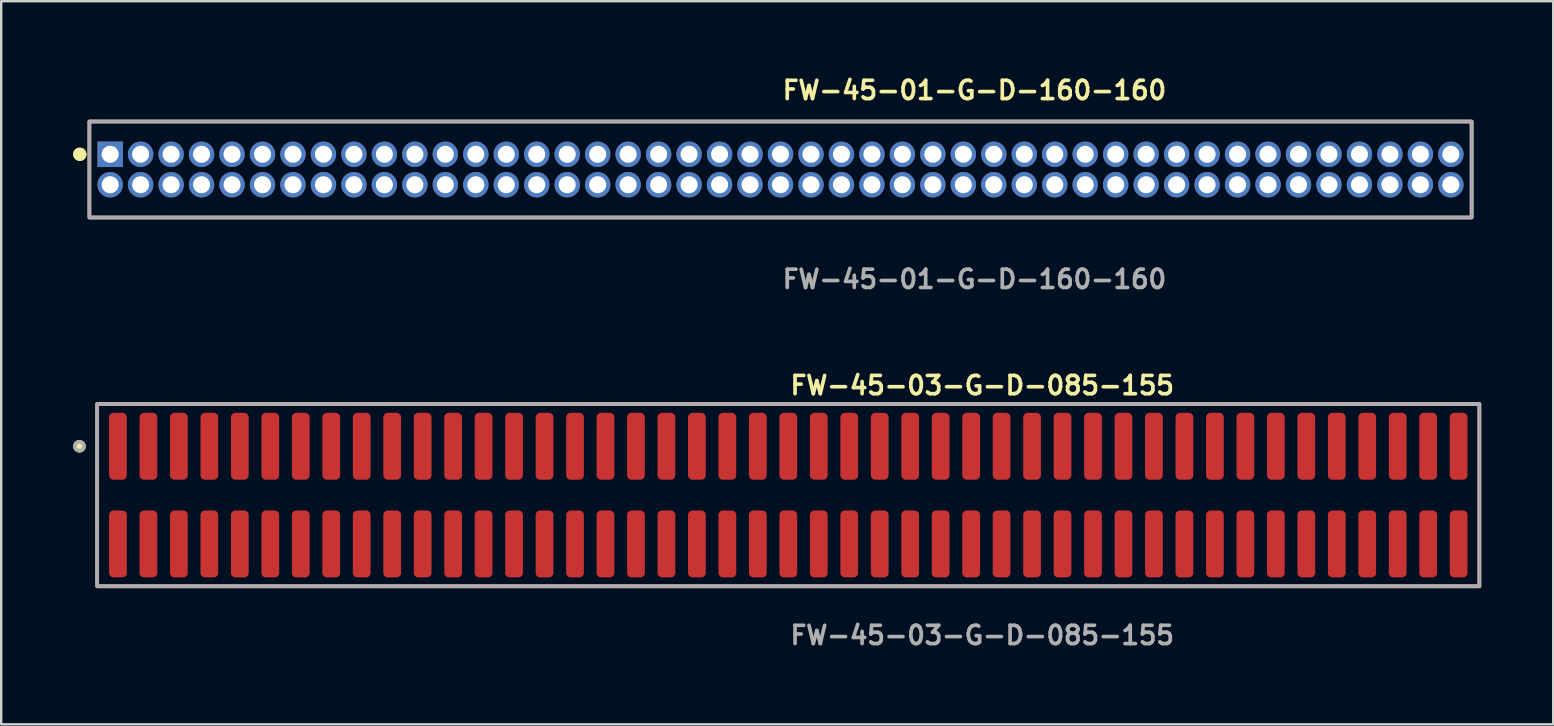
<source format=kicad_pcb>
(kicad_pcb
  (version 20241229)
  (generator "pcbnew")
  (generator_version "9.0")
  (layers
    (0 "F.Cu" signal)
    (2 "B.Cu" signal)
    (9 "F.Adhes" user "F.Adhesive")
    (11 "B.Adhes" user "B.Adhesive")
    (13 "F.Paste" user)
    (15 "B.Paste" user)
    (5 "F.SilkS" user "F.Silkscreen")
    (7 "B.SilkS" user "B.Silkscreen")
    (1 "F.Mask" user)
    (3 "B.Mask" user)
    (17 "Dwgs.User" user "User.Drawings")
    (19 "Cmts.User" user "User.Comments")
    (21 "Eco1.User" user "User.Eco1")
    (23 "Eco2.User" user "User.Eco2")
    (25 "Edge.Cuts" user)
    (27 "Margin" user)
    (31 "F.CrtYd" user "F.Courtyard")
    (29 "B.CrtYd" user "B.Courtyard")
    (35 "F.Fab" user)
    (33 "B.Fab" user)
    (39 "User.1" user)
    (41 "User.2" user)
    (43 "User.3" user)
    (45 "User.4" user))
  (footprint "FW-45-01-G-D-160-160"
    (layer "F.Cu")
    (at 29.481 4.015)
    (property "Reference" "FW-45-01-G-D-160-160" (at 0 -3.302 0) (unlocked yes) (layer "F.SilkS") (effects (font (size 0.762 0.762) (thickness 0.152)) (justify left)))
    (fp_rect (start -28.805 2) (end 28.805 -2) (stroke (width 0.152) (type solid)) (fill no) (layer "F.SilkS"))
    (fp_circle (center -29.205 -0.635) (end -29.405 -0.635) (stroke (width 0.152) (type solid)) (fill yes) (layer "F.SilkS"))
    (fp_circle (center -29.205 -0.635) (end -29.405 -0.635) (stroke (width 0.152) (type solid)) (fill yes) (layer "F.SilkS"))
    (fp_rect (start -28.805 2) (end 28.805 -2) (stroke (width 0.006) (type solid)) (fill no) (layer "F.CrtYd"))
    (fp_rect (start -28.805 2) (end 28.805 -2) (stroke (width 0.152) (type solid)) (fill no) (layer "F.Fab"))
    (fp_text user "${REFERENCE}" (at 0 4.572 0) (unlocked yes) (layer "F.Fab") (effects (font (size 0.762 0.762) (thickness 0.152)) (justify left)))
    (pad "1" thru_hole rect (at -27.94 -0.635) (size 1.06 1.06) (drill 0.71) (layers "*.Cu" "*.Mask"))
    (pad "2" thru_hole circle (at -27.94 0.635) (size 1.06 1.06) (drill 0.71) (layers "*.Cu" "*.Mask"))
    (pad "3" thru_hole circle (at -26.67 -0.635) (size 1.06 1.06) (drill 0.71) (layers "*.Cu" "*.Mask"))
    (pad "4" thru_hole circle (at -26.67 0.635) (size 1.06 1.06) (drill 0.71) (layers "*.Cu" "*.Mask"))
    (pad "5" thru_hole circle (at -25.4 -0.635) (size 1.06 1.06) (drill 0.71) (layers "*.Cu" "*.Mask"))
    (pad "6" thru_hole circle (at -25.4 0.635) (size 1.06 1.06) (drill 0.71) (layers "*.Cu" "*.Mask"))
    (pad "7" thru_hole circle (at -24.13 -0.635) (size 1.06 1.06) (drill 0.71) (layers "*.Cu" "*.Mask"))
    (pad "8" thru_hole circle (at -24.13 0.635) (size 1.06 1.06) (drill 0.71) (layers "*.Cu" "*.Mask"))
    (pad "9" thru_hole circle (at -22.86 -0.635) (size 1.06 1.06) (drill 0.71) (layers "*.Cu" "*.Mask"))
    (pad "10" thru_hole circle (at -22.86 0.635) (size 1.06 1.06) (drill 0.71) (layers "*.Cu" "*.Mask"))
    (pad "11" thru_hole circle (at -21.59 -0.635) (size 1.06 1.06) (drill 0.71) (layers "*.Cu" "*.Mask"))
    (pad "12" thru_hole circle (at -21.59 0.635) (size 1.06 1.06) (drill 0.71) (layers "*.Cu" "*.Mask"))
    (pad "13" thru_hole circle (at -20.32 -0.635) (size 1.06 1.06) (drill 0.71) (layers "*.Cu" "*.Mask"))
    (pad "14" thru_hole circle (at -20.32 0.635) (size 1.06 1.06) (drill 0.71) (layers "*.Cu" "*.Mask"))
    (pad "15" thru_hole circle (at -19.05 -0.635) (size 1.06 1.06) (drill 0.71) (layers "*.Cu" "*.Mask"))
    (pad "16" thru_hole circle (at -19.05 0.635) (size 1.06 1.06) (drill 0.71) (layers "*.Cu" "*.Mask"))
    (pad "17" thru_hole circle (at -17.78 -0.635) (size 1.06 1.06) (drill 0.71) (layers "*.Cu" "*.Mask"))
    (pad "18" thru_hole circle (at -17.78 0.635) (size 1.06 1.06) (drill 0.71) (layers "*.Cu" "*.Mask"))
    (pad "19" thru_hole circle (at -16.51 -0.635) (size 1.06 1.06) (drill 0.71) (layers "*.Cu" "*.Mask"))
    (pad "20" thru_hole circle (at -16.51 0.635) (size 1.06 1.06) (drill 0.71) (layers "*.Cu" "*.Mask"))
    (pad "21" thru_hole circle (at -15.24 -0.635) (size 1.06 1.06) (drill 0.71) (layers "*.Cu" "*.Mask"))
    (pad "22" thru_hole circle (at -15.24 0.635) (size 1.06 1.06) (drill 0.71) (layers "*.Cu" "*.Mask"))
    (pad "23" thru_hole circle (at -13.97 -0.635) (size 1.06 1.06) (drill 0.71) (layers "*.Cu" "*.Mask"))
    (pad "24" thru_hole circle (at -13.97 0.635) (size 1.06 1.06) (drill 0.71) (layers "*.Cu" "*.Mask"))
    (pad "25" thru_hole circle (at -12.7 -0.635) (size 1.06 1.06) (drill 0.71) (layers "*.Cu" "*.Mask"))
    (pad "26" thru_hole circle (at -12.7 0.635) (size 1.06 1.06) (drill 0.71) (layers "*.Cu" "*.Mask"))
    (pad "27" thru_hole circle (at -11.43 -0.635) (size 1.06 1.06) (drill 0.71) (layers "*.Cu" "*.Mask"))
    (pad "28" thru_hole circle (at -11.43 0.635) (size 1.06 1.06) (drill 0.71) (layers "*.Cu" "*.Mask"))
    (pad "29" thru_hole circle (at -10.16 -0.635) (size 1.06 1.06) (drill 0.71) (layers "*.Cu" "*.Mask"))
    (pad "30" thru_hole circle (at -10.16 0.635) (size 1.06 1.06) (drill 0.71) (layers "*.Cu" "*.Mask"))
    (pad "31" thru_hole circle (at -8.89 -0.635) (size 1.06 1.06) (drill 0.71) (layers "*.Cu" "*.Mask"))
    (pad "32" thru_hole circle (at -8.89 0.635) (size 1.06 1.06) (drill 0.71) (layers "*.Cu" "*.Mask"))
    (pad "33" thru_hole circle (at -7.62 -0.635) (size 1.06 1.06) (drill 0.71) (layers "*.Cu" "*.Mask"))
    (pad "34" thru_hole circle (at -7.62 0.635) (size 1.06 1.06) (drill 0.71) (layers "*.Cu" "*.Mask"))
    (pad "35" thru_hole circle (at -6.35 -0.635) (size 1.06 1.06) (drill 0.71) (layers "*.Cu" "*.Mask"))
    (pad "36" thru_hole circle (at -6.35 0.635) (size 1.06 1.06) (drill 0.71) (layers "*.Cu" "*.Mask"))
    (pad "37" thru_hole circle (at -5.08 -0.635) (size 1.06 1.06) (drill 0.71) (layers "*.Cu" "*.Mask"))
    (pad "38" thru_hole circle (at -5.08 0.635) (size 1.06 1.06) (drill 0.71) (layers "*.Cu" "*.Mask"))
    (pad "39" thru_hole circle (at -3.81 -0.635) (size 1.06 1.06) (drill 0.71) (layers "*.Cu" "*.Mask"))
    (pad "40" thru_hole circle (at -3.81 0.635) (size 1.06 1.06) (drill 0.71) (layers "*.Cu" "*.Mask"))
    (pad "41" thru_hole circle (at -2.54 -0.635) (size 1.06 1.06) (drill 0.71) (layers "*.Cu" "*.Mask"))
    (pad "42" thru_hole circle (at -2.54 0.635) (size 1.06 1.06) (drill 0.71) (layers "*.Cu" "*.Mask"))
    (pad "43" thru_hole circle (at -1.27 -0.635) (size 1.06 1.06) (drill 0.71) (layers "*.Cu" "*.Mask"))
    (pad "44" thru_hole circle (at -1.27 0.635) (size 1.06 1.06) (drill 0.71) (layers "*.Cu" "*.Mask"))
    (pad "45" thru_hole circle (at 0 -0.635) (size 1.06 1.06) (drill 0.71) (layers "*.Cu" "*.Mask"))
    (pad "46" thru_hole circle (at 0 0.635) (size 1.06 1.06) (drill 0.71) (layers "*.Cu" "*.Mask"))
    (pad "47" thru_hole circle (at 1.27 -0.635) (size 1.06 1.06) (drill 0.71) (layers "*.Cu" "*.Mask"))
    (pad "48" thru_hole circle (at 1.27 0.635) (size 1.06 1.06) (drill 0.71) (layers "*.Cu" "*.Mask"))
    (pad "49" thru_hole circle (at 2.54 -0.635) (size 1.06 1.06) (drill 0.71) (layers "*.Cu" "*.Mask"))
    (pad "50" thru_hole circle (at 2.54 0.635) (size 1.06 1.06) (drill 0.71) (layers "*.Cu" "*.Mask"))
    (pad "51" thru_hole circle (at 3.81 -0.635) (size 1.06 1.06) (drill 0.71) (layers "*.Cu" "*.Mask"))
    (pad "52" thru_hole circle (at 3.81 0.635) (size 1.06 1.06) (drill 0.71) (layers "*.Cu" "*.Mask"))
    (pad "53" thru_hole circle (at 5.08 -0.635) (size 1.06 1.06) (drill 0.71) (layers "*.Cu" "*.Mask"))
    (pad "54" thru_hole circle (at 5.08 0.635) (size 1.06 1.06) (drill 0.71) (layers "*.Cu" "*.Mask"))
    (pad "55" thru_hole circle (at 6.35 -0.635) (size 1.06 1.06) (drill 0.71) (layers "*.Cu" "*.Mask"))
    (pad "56" thru_hole circle (at 6.35 0.635) (size 1.06 1.06) (drill 0.71) (layers "*.Cu" "*.Mask"))
    (pad "57" thru_hole circle (at 7.62 -0.635) (size 1.06 1.06) (drill 0.71) (layers "*.Cu" "*.Mask"))
    (pad "58" thru_hole circle (at 7.62 0.635) (size 1.06 1.06) (drill 0.71) (layers "*.Cu" "*.Mask"))
    (pad "59" thru_hole circle (at 8.89 -0.635) (size 1.06 1.06) (drill 0.71) (layers "*.Cu" "*.Mask"))
    (pad "60" thru_hole circle (at 8.89 0.635) (size 1.06 1.06) (drill 0.71) (layers "*.Cu" "*.Mask"))
    (pad "61" thru_hole circle (at 10.16 -0.635) (size 1.06 1.06) (drill 0.71) (layers "*.Cu" "*.Mask"))
    (pad "62" thru_hole circle (at 10.16 0.635) (size 1.06 1.06) (drill 0.71) (layers "*.Cu" "*.Mask"))
    (pad "63" thru_hole circle (at 11.43 -0.635) (size 1.06 1.06) (drill 0.71) (layers "*.Cu" "*.Mask"))
    (pad "64" thru_hole circle (at 11.43 0.635) (size 1.06 1.06) (drill 0.71) (layers "*.Cu" "*.Mask"))
    (pad "65" thru_hole circle (at 12.7 -0.635) (size 1.06 1.06) (drill 0.71) (layers "*.Cu" "*.Mask"))
    (pad "66" thru_hole circle (at 12.7 0.635) (size 1.06 1.06) (drill 0.71) (layers "*.Cu" "*.Mask"))
    (pad "67" thru_hole circle (at 13.97 -0.635) (size 1.06 1.06) (drill 0.71) (layers "*.Cu" "*.Mask"))
    (pad "68" thru_hole circle (at 13.97 0.635) (size 1.06 1.06) (drill 0.71) (layers "*.Cu" "*.Mask"))
    (pad "69" thru_hole circle (at 15.24 -0.635) (size 1.06 1.06) (drill 0.71) (layers "*.Cu" "*.Mask"))
    (pad "70" thru_hole circle (at 15.24 0.635) (size 1.06 1.06) (drill 0.71) (layers "*.Cu" "*.Mask"))
    (pad "71" thru_hole circle (at 16.51 -0.635) (size 1.06 1.06) (drill 0.71) (layers "*.Cu" "*.Mask"))
    (pad "72" thru_hole circle (at 16.51 0.635) (size 1.06 1.06) (drill 0.71) (layers "*.Cu" "*.Mask"))
    (pad "73" thru_hole circle (at 17.78 -0.635) (size 1.06 1.06) (drill 0.71) (layers "*.Cu" "*.Mask"))
    (pad "74" thru_hole circle (at 17.78 0.635) (size 1.06 1.06) (drill 0.71) (layers "*.Cu" "*.Mask"))
    (pad "75" thru_hole circle (at 19.05 -0.635) (size 1.06 1.06) (drill 0.71) (layers "*.Cu" "*.Mask"))
    (pad "76" thru_hole circle (at 19.05 0.635) (size 1.06 1.06) (drill 0.71) (layers "*.Cu" "*.Mask"))
    (pad "77" thru_hole circle (at 20.32 -0.635) (size 1.06 1.06) (drill 0.71) (layers "*.Cu" "*.Mask"))
    (pad "78" thru_hole circle (at 20.32 0.635) (size 1.06 1.06) (drill 0.71) (layers "*.Cu" "*.Mask"))
    (pad "79" thru_hole circle (at 21.59 -0.635) (size 1.06 1.06) (drill 0.71) (layers "*.Cu" "*.Mask"))
    (pad "80" thru_hole circle (at 21.59 0.635) (size 1.06 1.06) (drill 0.71) (layers "*.Cu" "*.Mask"))
    (pad "81" thru_hole circle (at 22.86 -0.635) (size 1.06 1.06) (drill 0.71) (layers "*.Cu" "*.Mask"))
    (pad "82" thru_hole circle (at 22.86 0.635) (size 1.06 1.06) (drill 0.71) (layers "*.Cu" "*.Mask"))
    (pad "83" thru_hole circle (at 24.13 -0.635) (size 1.06 1.06) (drill 0.71) (layers "*.Cu" "*.Mask"))
    (pad "84" thru_hole circle (at 24.13 0.635) (size 1.06 1.06) (drill 0.71) (layers "*.Cu" "*.Mask"))
    (pad "85" thru_hole circle (at 25.4 -0.635) (size 1.06 1.06) (drill 0.71) (layers "*.Cu" "*.Mask"))
    (pad "86" thru_hole circle (at 25.4 0.635) (size 1.06 1.06) (drill 0.71) (layers "*.Cu" "*.Mask"))
    (pad "87" thru_hole circle (at 26.67 -0.635) (size 1.06 1.06) (drill 0.71) (layers "*.Cu" "*.Mask"))
    (pad "88" thru_hole circle (at 26.67 0.635) (size 1.06 1.06) (drill 0.71) (layers "*.Cu" "*.Mask"))
    (pad "89" thru_hole circle (at 27.94 -0.635) (size 1.06 1.06) (drill 0.71) (layers "*.Cu" "*.Mask"))
    (pad "90" thru_hole circle (at 27.94 0.635) (size 1.06 1.06) (drill 0.71) (layers "*.Cu" "*.Mask")))
  (footprint "FW-45-03-G-D-085-155"
    (layer "F.Cu")
    (at 29.806 17.586)
    (property "Reference" "FW-45-03-G-D-085-155" (at 0 -4.572 0) (unlocked yes) (layer "F.SilkS") (effects (font (size 0.762 0.762) (thickness 0.152)) (justify left)))
    (fp_rect (start -28.805 3.8) (end 28.805 -3.8) (stroke (width 0.152) (type solid)) (fill no) (layer "F.SilkS"))
    (fp_circle (center -29.545 -2.035) (end -29.73 -2.035) (stroke (width 0.152) (type solid)) (fill yes) (layer "F.SilkS"))
    (fp_rect (start -28.805 3.8) (end 28.805 -3.8) (stroke (width 0.006) (type solid)) (fill no) (layer "F.CrtYd"))
    (fp_rect (start -28.805 3.8) (end 28.805 -3.8) (stroke (width 0.152) (type solid)) (fill no) (layer "F.Fab"))
    (fp_circle (center -29.545 -2.035) (end -29.73 -2.035) (stroke (width 0.152) (type solid)) (fill no) (layer "F.Fab"))
    (fp_text user "${REFERENCE}" (at 0 5.842 0) (unlocked yes) (layer "F.Fab") (effects (font (size 0.762 0.762) (thickness 0.152)) (justify left)))
    (pad "1" smd roundrect (at -27.94 -2.035) (size 0.74 2.79) (layers "F.Cu" "F.Paste") (roundrect_rratio 0.25))
    (pad "2" smd roundrect (at -27.94 2.035) (size 0.74 2.79) (layers "F.Cu" "F.Paste") (roundrect_rratio 0.25))
    (pad "3" smd roundrect (at -26.67 -2.035) (size 0.74 2.79) (layers "F.Cu" "F.Paste") (roundrect_rratio 0.25))
    (pad "4" smd roundrect (at -26.67 2.035) (size 0.74 2.79) (layers "F.Cu" "F.Paste") (roundrect_rratio 0.25))
    (pad "5" smd roundrect (at -25.4 -2.035) (size 0.74 2.79) (layers "F.Cu" "F.Paste") (roundrect_rratio 0.25))
    (pad "6" smd roundrect (at -25.4 2.035) (size 0.74 2.79) (layers "F.Cu" "F.Paste") (roundrect_rratio 0.25))
    (pad "7" smd roundrect (at -24.13 -2.035) (size 0.74 2.79) (layers "F.Cu" "F.Paste") (roundrect_rratio 0.25))
    (pad "8" smd roundrect (at -24.13 2.035) (size 0.74 2.79) (layers "F.Cu" "F.Paste") (roundrect_rratio 0.25))
    (pad "9" smd roundrect (at -22.86 -2.035) (size 0.74 2.79) (layers "F.Cu" "F.Paste") (roundrect_rratio 0.25))
    (pad "10" smd roundrect (at -22.86 2.035) (size 0.74 2.79) (layers "F.Cu" "F.Paste") (roundrect_rratio 0.25))
    (pad "11" smd roundrect (at -21.59 -2.035) (size 0.74 2.79) (layers "F.Cu" "F.Paste") (roundrect_rratio 0.25))
    (pad "12" smd roundrect (at -21.59 2.035) (size 0.74 2.79) (layers "F.Cu" "F.Paste") (roundrect_rratio 0.25))
    (pad "13" smd roundrect (at -20.32 -2.035) (size 0.74 2.79) (layers "F.Cu" "F.Paste") (roundrect_rratio 0.25))
    (pad "14" smd roundrect (at -20.32 2.035) (size 0.74 2.79) (layers "F.Cu" "F.Paste") (roundrect_rratio 0.25))
    (pad "15" smd roundrect (at -19.05 -2.035) (size 0.74 2.79) (layers "F.Cu" "F.Paste") (roundrect_rratio 0.25))
    (pad "16" smd roundrect (at -19.05 2.035) (size 0.74 2.79) (layers "F.Cu" "F.Paste") (roundrect_rratio 0.25))
    (pad "17" smd roundrect (at -17.78 -2.035) (size 0.74 2.79) (layers "F.Cu" "F.Paste") (roundrect_rratio 0.25))
    (pad "18" smd roundrect (at -17.78 2.035) (size 0.74 2.79) (layers "F.Cu" "F.Paste") (roundrect_rratio 0.25))
    (pad "19" smd roundrect (at -16.51 -2.035) (size 0.74 2.79) (layers "F.Cu" "F.Paste") (roundrect_rratio 0.25))
    (pad "20" smd roundrect (at -16.51 2.035) (size 0.74 2.79) (layers "F.Cu" "F.Paste") (roundrect_rratio 0.25))
    (pad "21" smd roundrect (at -15.24 -2.035) (size 0.74 2.79) (layers "F.Cu" "F.Paste") (roundrect_rratio 0.25))
    (pad "22" smd roundrect (at -15.24 2.035) (size 0.74 2.79) (layers "F.Cu" "F.Paste") (roundrect_rratio 0.25))
    (pad "23" smd roundrect (at -13.97 -2.035) (size 0.74 2.79) (layers "F.Cu" "F.Paste") (roundrect_rratio 0.25))
    (pad "24" smd roundrect (at -13.97 2.035) (size 0.74 2.79) (layers "F.Cu" "F.Paste") (roundrect_rratio 0.25))
    (pad "25" smd roundrect (at -12.7 -2.035) (size 0.74 2.79) (layers "F.Cu" "F.Paste") (roundrect_rratio 0.25))
    (pad "26" smd roundrect (at -12.7 2.035) (size 0.74 2.79) (layers "F.Cu" "F.Paste") (roundrect_rratio 0.25))
    (pad "27" smd roundrect (at -11.43 -2.035) (size 0.74 2.79) (layers "F.Cu" "F.Paste") (roundrect_rratio 0.25))
    (pad "28" smd roundrect (at -11.43 2.035) (size 0.74 2.79) (layers "F.Cu" "F.Paste") (roundrect_rratio 0.25))
    (pad "29" smd roundrect (at -10.16 -2.035) (size 0.74 2.79) (layers "F.Cu" "F.Paste") (roundrect_rratio 0.25))
    (pad "30" smd roundrect (at -10.16 2.035) (size 0.74 2.79) (layers "F.Cu" "F.Paste") (roundrect_rratio 0.25))
    (pad "31" smd roundrect (at -8.89 -2.035) (size 0.74 2.79) (layers "F.Cu" "F.Paste") (roundrect_rratio 0.25))
    (pad "32" smd roundrect (at -8.89 2.035) (size 0.74 2.79) (layers "F.Cu" "F.Paste") (roundrect_rratio 0.25))
    (pad "33" smd roundrect (at -7.62 -2.035) (size 0.74 2.79) (layers "F.Cu" "F.Paste") (roundrect_rratio 0.25))
    (pad "34" smd roundrect (at -7.62 2.035) (size 0.74 2.79) (layers "F.Cu" "F.Paste") (roundrect_rratio 0.25))
    (pad "35" smd roundrect (at -6.35 -2.035) (size 0.74 2.79) (layers "F.Cu" "F.Paste") (roundrect_rratio 0.25))
    (pad "36" smd roundrect (at -6.35 2.035) (size 0.74 2.79) (layers "F.Cu" "F.Paste") (roundrect_rratio 0.25))
    (pad "37" smd roundrect (at -5.08 -2.035) (size 0.74 2.79) (layers "F.Cu" "F.Paste") (roundrect_rratio 0.25))
    (pad "38" smd roundrect (at -5.08 2.035) (size 0.74 2.79) (layers "F.Cu" "F.Paste") (roundrect_rratio 0.25))
    (pad "39" smd roundrect (at -3.81 -2.035) (size 0.74 2.79) (layers "F.Cu" "F.Paste") (roundrect_rratio 0.25))
    (pad "40" smd roundrect (at -3.81 2.035) (size 0.74 2.79) (layers "F.Cu" "F.Paste") (roundrect_rratio 0.25))
    (pad "41" smd roundrect (at -2.54 -2.035) (size 0.74 2.79) (layers "F.Cu" "F.Paste") (roundrect_rratio 0.25))
    (pad "42" smd roundrect (at -2.54 2.035) (size 0.74 2.79) (layers "F.Cu" "F.Paste") (roundrect_rratio 0.25))
    (pad "43" smd roundrect (at -1.27 -2.035) (size 0.74 2.79) (layers "F.Cu" "F.Paste") (roundrect_rratio 0.25))
    (pad "44" smd roundrect (at -1.27 2.035) (size 0.74 2.79) (layers "F.Cu" "F.Paste") (roundrect_rratio 0.25))
    (pad "45" smd roundrect (at 0 -2.035) (size 0.74 2.79) (layers "F.Cu" "F.Paste") (roundrect_rratio 0.25))
    (pad "46" smd roundrect (at 0 2.035) (size 0.74 2.79) (layers "F.Cu" "F.Paste") (roundrect_rratio 0.25))
    (pad "47" smd roundrect (at 1.27 -2.035) (size 0.74 2.79) (layers "F.Cu" "F.Paste") (roundrect_rratio 0.25))
    (pad "48" smd roundrect (at 1.27 2.035) (size 0.74 2.79) (layers "F.Cu" "F.Paste") (roundrect_rratio 0.25))
    (pad "49" smd roundrect (at 2.54 -2.035) (size 0.74 2.79) (layers "F.Cu" "F.Paste") (roundrect_rratio 0.25))
    (pad "50" smd roundrect (at 2.54 2.035) (size 0.74 2.79) (layers "F.Cu" "F.Paste") (roundrect_rratio 0.25))
    (pad "51" smd roundrect (at 3.81 -2.035) (size 0.74 2.79) (layers "F.Cu" "F.Paste") (roundrect_rratio 0.25))
    (pad "52" smd roundrect (at 3.81 2.035) (size 0.74 2.79) (layers "F.Cu" "F.Paste") (roundrect_rratio 0.25))
    (pad "53" smd roundrect (at 5.08 -2.035) (size 0.74 2.79) (layers "F.Cu" "F.Paste") (roundrect_rratio 0.25))
    (pad "54" smd roundrect (at 5.08 2.035) (size 0.74 2.79) (layers "F.Cu" "F.Paste") (roundrect_rratio 0.25))
    (pad "55" smd roundrect (at 6.35 -2.035) (size 0.74 2.79) (layers "F.Cu" "F.Paste") (roundrect_rratio 0.25))
    (pad "56" smd roundrect (at 6.35 2.035) (size 0.74 2.79) (layers "F.Cu" "F.Paste") (roundrect_rratio 0.25))
    (pad "57" smd roundrect (at 7.62 -2.035) (size 0.74 2.79) (layers "F.Cu" "F.Paste") (roundrect_rratio 0.25))
    (pad "58" smd roundrect (at 7.62 2.035) (size 0.74 2.79) (layers "F.Cu" "F.Paste") (roundrect_rratio 0.25))
    (pad "59" smd roundrect (at 8.89 -2.035) (size 0.74 2.79) (layers "F.Cu" "F.Paste") (roundrect_rratio 0.25))
    (pad "60" smd roundrect (at 8.89 2.035) (size 0.74 2.79) (layers "F.Cu" "F.Paste") (roundrect_rratio 0.25))
    (pad "61" smd roundrect (at 10.16 -2.035) (size 0.74 2.79) (layers "F.Cu" "F.Paste") (roundrect_rratio 0.25))
    (pad "62" smd roundrect (at 10.16 2.035) (size 0.74 2.79) (layers "F.Cu" "F.Paste") (roundrect_rratio 0.25))
    (pad "63" smd roundrect (at 11.43 -2.035) (size 0.74 2.79) (layers "F.Cu" "F.Paste") (roundrect_rratio 0.25))
    (pad "64" smd roundrect (at 11.43 2.035) (size 0.74 2.79) (layers "F.Cu" "F.Paste") (roundrect_rratio 0.25))
    (pad "65" smd roundrect (at 12.7 -2.035) (size 0.74 2.79) (layers "F.Cu" "F.Paste") (roundrect_rratio 0.25))
    (pad "66" smd roundrect (at 12.7 2.035) (size 0.74 2.79) (layers "F.Cu" "F.Paste") (roundrect_rratio 0.25))
    (pad "67" smd roundrect (at 13.97 -2.035) (size 0.74 2.79) (layers "F.Cu" "F.Paste") (roundrect_rratio 0.25))
    (pad "68" smd roundrect (at 13.97 2.035) (size 0.74 2.79) (layers "F.Cu" "F.Paste") (roundrect_rratio 0.25))
    (pad "69" smd roundrect (at 15.24 -2.035) (size 0.74 2.79) (layers "F.Cu" "F.Paste") (roundrect_rratio 0.25))
    (pad "70" smd roundrect (at 15.24 2.035) (size 0.74 2.79) (layers "F.Cu" "F.Paste") (roundrect_rratio 0.25))
    (pad "71" smd roundrect (at 16.51 -2.035) (size 0.74 2.79) (layers "F.Cu" "F.Paste") (roundrect_rratio 0.25))
    (pad "72" smd roundrect (at 16.51 2.035) (size 0.74 2.79) (layers "F.Cu" "F.Paste") (roundrect_rratio 0.25))
    (pad "73" smd roundrect (at 17.78 -2.035) (size 0.74 2.79) (layers "F.Cu" "F.Paste") (roundrect_rratio 0.25))
    (pad "74" smd roundrect (at 17.78 2.035) (size 0.74 2.79) (layers "F.Cu" "F.Paste") (roundrect_rratio 0.25))
    (pad "75" smd roundrect (at 19.05 -2.035) (size 0.74 2.79) (layers "F.Cu" "F.Paste") (roundrect_rratio 0.25))
    (pad "76" smd roundrect (at 19.05 2.035) (size 0.74 2.79) (layers "F.Cu" "F.Paste") (roundrect_rratio 0.25))
    (pad "77" smd roundrect (at 20.32 -2.035) (size 0.74 2.79) (layers "F.Cu" "F.Paste") (roundrect_rratio 0.25))
    (pad "78" smd roundrect (at 20.32 2.035) (size 0.74 2.79) (layers "F.Cu" "F.Paste") (roundrect_rratio 0.25))
    (pad "79" smd roundrect (at 21.59 -2.035) (size 0.74 2.79) (layers "F.Cu" "F.Paste") (roundrect_rratio 0.25))
    (pad "80" smd roundrect (at 21.59 2.035) (size 0.74 2.79) (layers "F.Cu" "F.Paste") (roundrect_rratio 0.25))
    (pad "81" smd roundrect (at 22.86 -2.035) (size 0.74 2.79) (layers "F.Cu" "F.Paste") (roundrect_rratio 0.25))
    (pad "82" smd roundrect (at 22.86 2.035) (size 0.74 2.79) (layers "F.Cu" "F.Paste") (roundrect_rratio 0.25))
    (pad "83" smd roundrect (at 24.13 -2.035) (size 0.74 2.79) (layers "F.Cu" "F.Paste") (roundrect_rratio 0.25))
    (pad "84" smd roundrect (at 24.13 2.035) (size 0.74 2.79) (layers "F.Cu" "F.Paste") (roundrect_rratio 0.25))
    (pad "85" smd roundrect (at 25.4 -2.035) (size 0.74 2.79) (layers "F.Cu" "F.Paste") (roundrect_rratio 0.25))
    (pad "86" smd roundrect (at 25.4 2.035) (size 0.74 2.79) (layers "F.Cu" "F.Paste") (roundrect_rratio 0.25))
    (pad "87" smd roundrect (at 26.67 -2.035) (size 0.74 2.79) (layers "F.Cu" "F.Paste") (roundrect_rratio 0.25))
    (pad "88" smd roundrect (at 26.67 2.035) (size 0.74 2.79) (layers "F.Cu" "F.Paste") (roundrect_rratio 0.25))
    (pad "89" smd roundrect (at 27.94 -2.035) (size 0.74 2.79) (layers "F.Cu" "F.Paste") (roundrect_rratio 0.25))
    (pad "90" smd roundrect (at 27.94 2.035) (size 0.74 2.79) (layers "F.Cu" "F.Paste") (roundrect_rratio 0.25)))
  (gr_rect
    (start -3 -3)
    (end 61.687 27.141)
    (stroke (width 0.1) (type default))
    (fill no)
    (layer "Edge.Cuts")))
</source>
